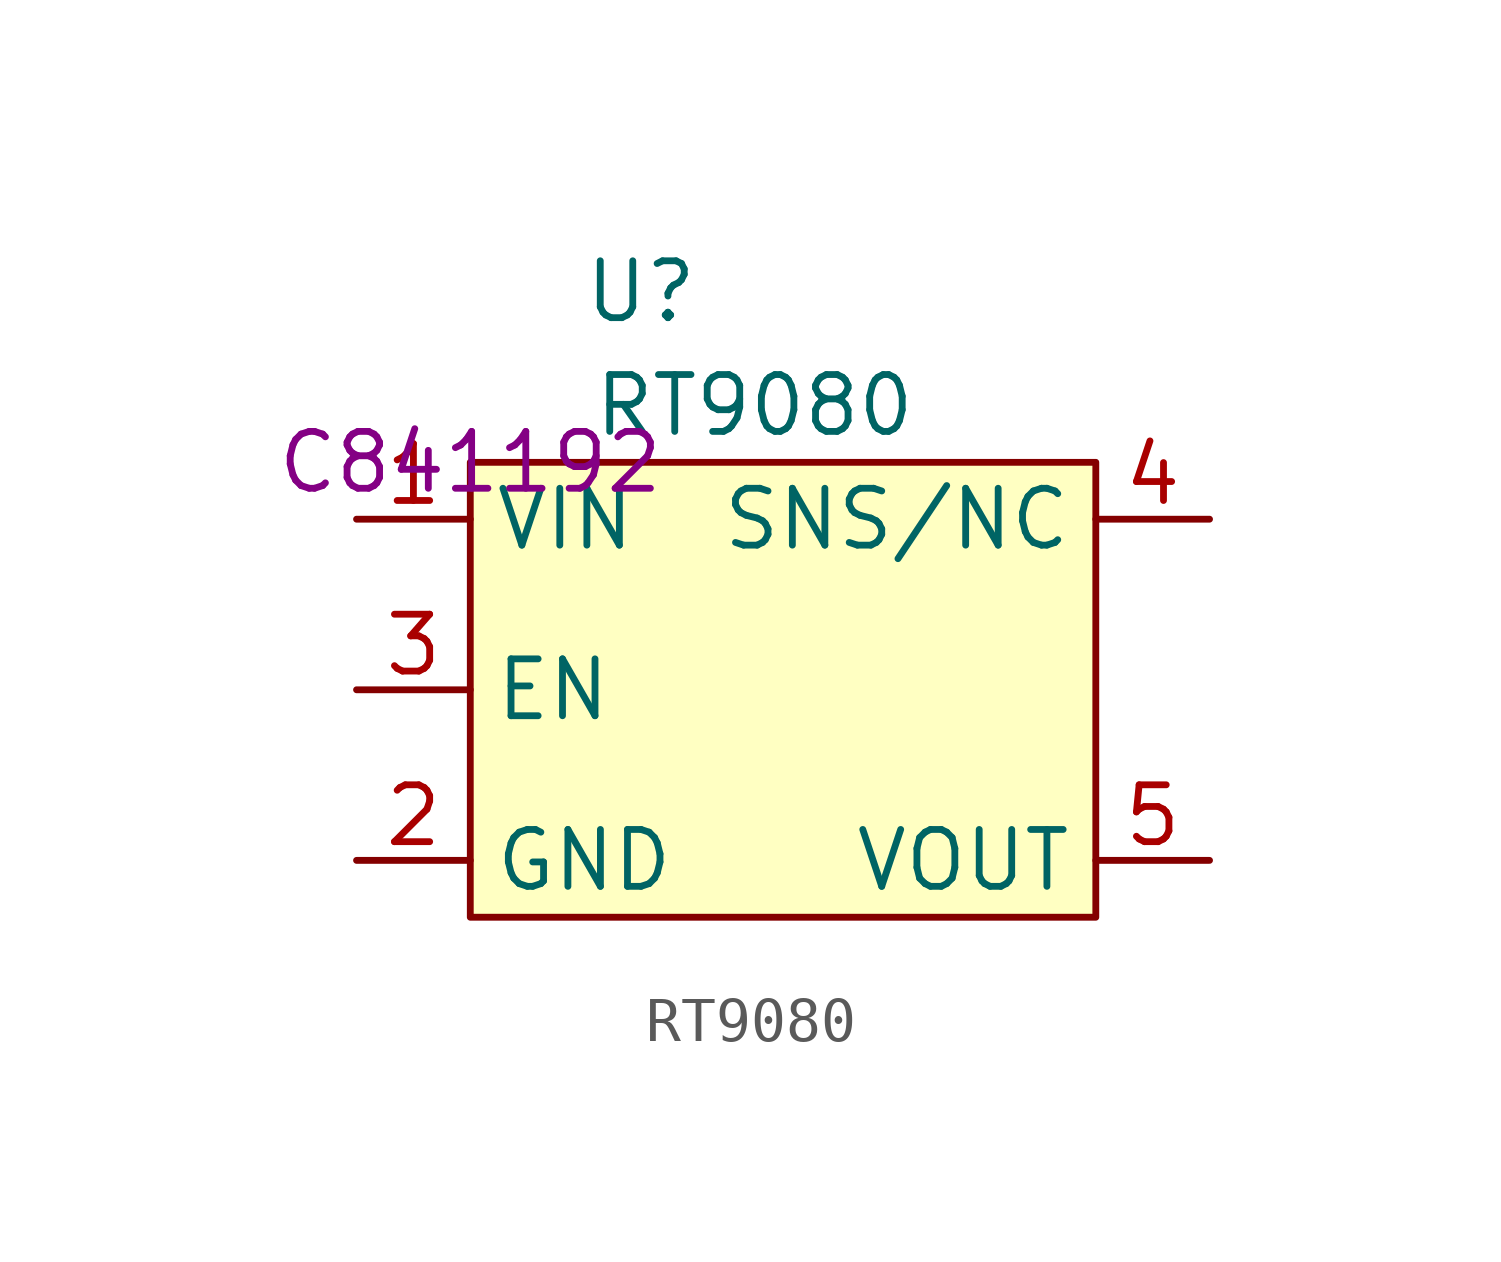
<source format=kicad_sym>
(kicad_symbol_lib
  (version 20231120)
  (generator "kicad_symbol_editor")
  (generator_version "8.0")
  (symbol "RT9080"
    (property "Reference" "U"
      (at 3.81 3.81 0)
      (effects (font (size 1.27 1.27))))
    (property "Value" "RT9080"
      (at 6.35 1.27 0)
      (effects (font (size 1.27 1.27))))
    (property "LCSC Part" "C841192"
      (at 0 0 0)
      (effects (font (size 1.27 1.27))))
    (symbol "RT9080_0_1"
      (rectangle (start 0 0) (end 13.97 -10.16) (stroke (width 0) (type default)) (fill (type background))))
    (symbol "RT9080_1_1"
      (pin power_in line (at -2.54 -1.27 0) (length 2.54) (name "VIN" (effects (font (size 1.27 1.27)))) (number "1" (effects (font (size 1.27 1.27)))))
      (pin power_in line (at -2.54 -8.89 0) (length 2.54) (name "GND" (effects (font (size 1.27 1.27)))) (number "2" (effects (font (size 1.27 1.27)))))
      (pin input line (at -2.54 -5.08 0) (length 2.54) (name "EN" (effects (font (size 1.27 1.27)))) (number "3" (effects (font (size 1.27 1.27)))))
      (pin passive line (at 16.51 -1.27 180) (length 2.54) (name "SNS/NC" (effects (font (size 1.27 1.27)))) (number "4" (effects (font (size 1.27 1.27)))))
      (pin power_out line (at 16.51 -8.89 180) (length 2.54) (name "VOUT" (effects (font (size 1.27 1.27)))) (number "5" (effects (font (size 1.27 1.27))))))))
</source>
